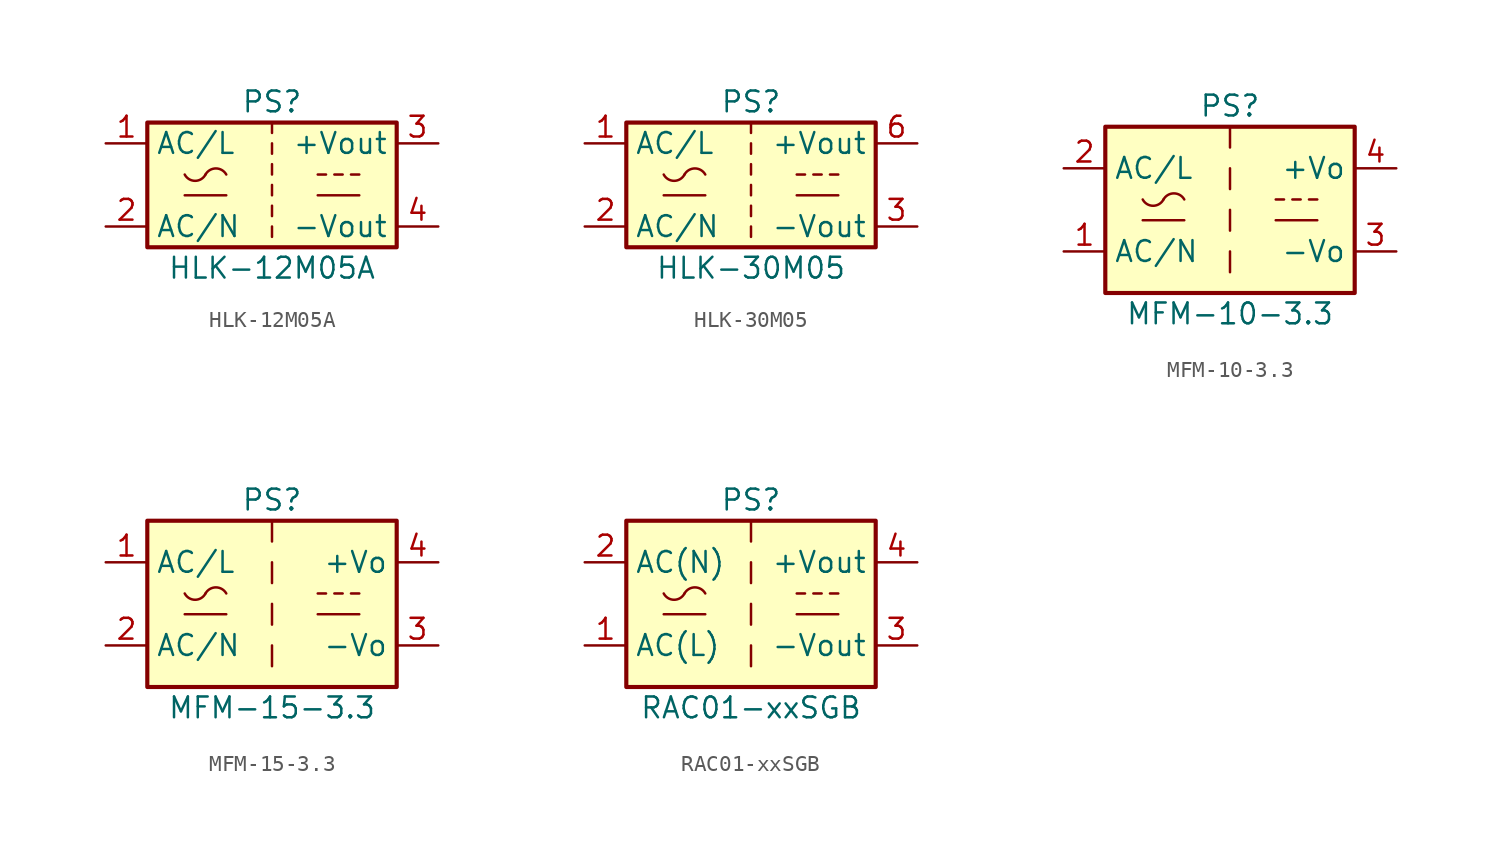
<source format=kicad_sym>
(kicad_symbol_lib
  (version 20241209)
  (generator "kicad_symbol_editor")
  (generator_version "9.0")
  (symbol "HLK-12M05A"
    (property "Reference" "PS"
      (at 0 5.08 0)
      (effects (font (size 1.27 1.27))))
    (property "Value" "HLK-12M05A"
      (at 0 -5.08 0)
      (effects (font (size 1.27 1.27))))
    (symbol "HLK-12M05A_0_1"
      (rectangle (start -7.62 3.81) (end 7.62 -3.81) (stroke (width 0.254) (type default)) (fill (type background)))
      (polyline (pts (xy -5.334 -0.635) (xy -2.794 -0.635)) (stroke (width 0) (type default)) (fill (type none)))
      (arc (start -4.064 0.635) (mid -4.699 0.2495) (end -5.334 0.635) (stroke (width 0) (type default)) (fill (type none)))
      (arc (start -4.064 0.635) (mid -3.429 1.0072) (end -2.794 0.635) (stroke (width 0) (type default)) (fill (type none)))
      (polyline (pts (xy 0 3.81) (xy 0 3.175)) (stroke (width 0) (type default)) (fill (type none)))
      (polyline (pts (xy 0 2.54) (xy 0 1.905)) (stroke (width 0) (type default)) (fill (type none)))
      (polyline (pts (xy 0 1.27) (xy 0 0.635)) (stroke (width 0) (type default)) (fill (type none)))
      (polyline (pts (xy 0 0) (xy 0 -0.635)) (stroke (width 0) (type default)) (fill (type none)))
      (polyline (pts (xy 0 -1.27) (xy 0 -1.905)) (stroke (width 0) (type default)) (fill (type none)))
      (polyline (pts (xy 0 -2.54) (xy 0 -3.175)) (stroke (width 0) (type default)) (fill (type none)))
      (polyline (pts (xy 2.794 0.635) (xy 3.302 0.635)) (stroke (width 0) (type default)) (fill (type none)))
      (polyline (pts (xy 2.794 -0.635) (xy 5.334 -0.635)) (stroke (width 0) (type default)) (fill (type none)))
      (polyline (pts (xy 3.81 0.635) (xy 4.318 0.635)) (stroke (width 0) (type default)) (fill (type none)))
      (polyline (pts (xy 4.826 0.635) (xy 5.334 0.635)) (stroke (width 0) (type default)) (fill (type none))))
    (symbol "HLK-12M05A_1_1"
      (pin power_in line (at -10.16 2.54 0) (length 2.54) (name "AC/L" (effects (font (size 1.27 1.27)))) (number "1" (effects (font (size 1.27 1.27)))))
      (pin power_in line (at -10.16 -2.54 0) (length 2.54) (name "AC/N" (effects (font (size 1.27 1.27)))) (number "2" (effects (font (size 1.27 1.27)))))
      (pin power_out line (at 10.16 2.54 180) (length 2.54) (name "+Vout" (effects (font (size 1.27 1.27)))) (number "3" (effects (font (size 1.27 1.27)))))
      (pin power_out line (at 10.16 -2.54 180) (length 2.54) (name "-Vout" (effects (font (size 1.27 1.27)))) (number "4" (effects (font (size 1.27 1.27)))))))
  (symbol "HLK-30M05"
    (property "Reference" "PS"
      (at 0 5.08 0)
      (effects (font (size 1.27 1.27))))
    (property "Value" "HLK-30M05"
      (at 0 -5.08 0)
      (effects (font (size 1.27 1.27))))
    (symbol "HLK-30M05_0_1"
      (rectangle (start -7.62 3.81) (end 7.62 -3.81) (stroke (width 0.254) (type default)) (fill (type background)))
      (polyline (pts (xy -5.334 -0.635) (xy -2.794 -0.635)) (stroke (width 0) (type default)) (fill (type none)))
      (arc (start -4.064 0.635) (mid -4.699 0.2495) (end -5.334 0.635) (stroke (width 0) (type default)) (fill (type none)))
      (arc (start -4.064 0.635) (mid -3.429 1.0072) (end -2.794 0.635) (stroke (width 0) (type default)) (fill (type none)))
      (polyline (pts (xy 0 3.81) (xy 0 3.175)) (stroke (width 0) (type default)) (fill (type none)))
      (polyline (pts (xy 0 2.54) (xy 0 1.905)) (stroke (width 0) (type default)) (fill (type none)))
      (polyline (pts (xy 0 1.27) (xy 0 0.635)) (stroke (width 0) (type default)) (fill (type none)))
      (polyline (pts (xy 0 0) (xy 0 -0.635)) (stroke (width 0) (type default)) (fill (type none)))
      (polyline (pts (xy 0 -1.27) (xy 0 -1.905)) (stroke (width 0) (type default)) (fill (type none)))
      (polyline (pts (xy 0 -2.54) (xy 0 -3.175)) (stroke (width 0) (type default)) (fill (type none)))
      (polyline (pts (xy 2.794 0.635) (xy 3.302 0.635)) (stroke (width 0) (type default)) (fill (type none)))
      (polyline (pts (xy 2.794 -0.635) (xy 5.334 -0.635)) (stroke (width 0) (type default)) (fill (type none)))
      (polyline (pts (xy 3.81 0.635) (xy 4.318 0.635)) (stroke (width 0) (type default)) (fill (type none)))
      (polyline (pts (xy 4.826 0.635) (xy 5.334 0.635)) (stroke (width 0) (type default)) (fill (type none))))
    (symbol "HLK-30M05_1_1"
      (pin power_in line (at -10.16 2.54 0) (length 2.54) (name "AC/L" (effects (font (size 1.27 1.27)))) (number "1" (effects (font (size 1.27 1.27)))))
      (pin power_in line (at -10.16 -2.54 0) (length 2.54) (name "AC/N" (effects (font (size 1.27 1.27)))) (number "2" (effects (font (size 1.27 1.27)))))
      (pin power_out line (at 10.16 2.54 180) (length 2.54) (name "+Vout" (effects (font (size 1.27 1.27)))) (number "6" (effects (font (size 1.27 1.27)))))
      (pin power_out line (at 10.16 -2.54 180) (length 2.54) (name "-Vout" (effects (font (size 1.27 1.27)))) (number "3" (effects (font (size 1.27 1.27)))))))
  (symbol "MFM-10-3.3"
    (property "Reference" "PS"
      (at 0 6.35 0)
      (effects (font (size 1.27 1.27))))
    (property "Value" "MFM-10-3.3"
      (at 0 -6.35 0)
      (effects (font (size 1.27 1.27))))
    (symbol "MFM-10-3.3_0_1"
      (rectangle (start -7.62 5.08) (end 7.62 -5.08) (stroke (width 0.254) (type default)) (fill (type background)))
      (polyline (pts (xy -5.334 -0.635) (xy -2.794 -0.635)) (stroke (width 0) (type default)) (fill (type none)))
      (arc (start -4.064 0.635) (mid -4.699 0.2495) (end -5.334 0.635) (stroke (width 0) (type default)) (fill (type none)))
      (arc (start -4.064 0.635) (mid -3.429 1.0072) (end -2.794 0.635) (stroke (width 0) (type default)) (fill (type none)))
      (polyline (pts (xy 0 5.08) (xy 0 3.81)) (stroke (width 0) (type default)) (fill (type none)))
      (polyline (pts (xy 0 2.54) (xy 0 1.27)) (stroke (width 0) (type default)) (fill (type none)))
      (polyline (pts (xy 0 0) (xy 0 -1.27)) (stroke (width 0) (type default)) (fill (type none)))
      (polyline (pts (xy 0 -2.54) (xy 0 -3.81)) (stroke (width 0) (type default)) (fill (type none)))
      (polyline (pts (xy 2.794 0.635) (xy 3.302 0.635)) (stroke (width 0) (type default)) (fill (type none)))
      (polyline (pts (xy 2.794 -0.635) (xy 5.334 -0.635)) (stroke (width 0) (type default)) (fill (type none)))
      (polyline (pts (xy 3.81 0.635) (xy 4.318 0.635)) (stroke (width 0) (type default)) (fill (type none)))
      (polyline (pts (xy 4.826 0.635) (xy 5.334 0.635)) (stroke (width 0) (type default)) (fill (type none))))
    (symbol "MFM-10-3.3_1_1"
      (pin power_in line (at -10.16 2.54 0) (length 2.54) (name "AC/L" (effects (font (size 1.27 1.27)))) (number "2" (effects (font (size 1.27 1.27)))))
      (pin power_in line (at -10.16 -2.54 0) (length 2.54) (name "AC/N" (effects (font (size 1.27 1.27)))) (number "1" (effects (font (size 1.27 1.27)))))
      (pin power_out line (at 10.16 2.54 180) (length 2.54) (name "+Vo" (effects (font (size 1.27 1.27)))) (number "4" (effects (font (size 1.27 1.27)))))
      (pin power_out line (at 10.16 -2.54 180) (length 2.54) (name "-Vo" (effects (font (size 1.27 1.27)))) (number "3" (effects (font (size 1.27 1.27)))))))
  (symbol "MFM-15-3.3"
    (property "Reference" "PS"
      (at 0 6.35 0)
      (effects (font (size 1.27 1.27))))
    (property "Value" "MFM-15-3.3"
      (at 0 -6.35 0)
      (effects (font (size 1.27 1.27))))
    (symbol "MFM-15-3.3_0_1"
      (rectangle (start -7.62 5.08) (end 7.62 -5.08) (stroke (width 0.254) (type default)) (fill (type background)))
      (polyline (pts (xy -5.334 -0.635) (xy -2.794 -0.635)) (stroke (width 0) (type default)) (fill (type none)))
      (arc (start -4.064 0.635) (mid -4.699 0.2495) (end -5.334 0.635) (stroke (width 0) (type default)) (fill (type none)))
      (arc (start -4.064 0.635) (mid -3.429 1.0072) (end -2.794 0.635) (stroke (width 0) (type default)) (fill (type none)))
      (polyline (pts (xy 0 5.08) (xy 0 3.81)) (stroke (width 0) (type default)) (fill (type none)))
      (polyline (pts (xy 0 2.54) (xy 0 1.27)) (stroke (width 0) (type default)) (fill (type none)))
      (polyline (pts (xy 0 0) (xy 0 -1.27)) (stroke (width 0) (type default)) (fill (type none)))
      (polyline (pts (xy 0 -2.54) (xy 0 -3.81)) (stroke (width 0) (type default)) (fill (type none)))
      (polyline (pts (xy 2.794 0.635) (xy 3.302 0.635)) (stroke (width 0) (type default)) (fill (type none)))
      (polyline (pts (xy 2.794 -0.635) (xy 5.334 -0.635)) (stroke (width 0) (type default)) (fill (type none)))
      (polyline (pts (xy 3.81 0.635) (xy 4.318 0.635)) (stroke (width 0) (type default)) (fill (type none)))
      (polyline (pts (xy 4.826 0.635) (xy 5.334 0.635)) (stroke (width 0) (type default)) (fill (type none))))
    (symbol "MFM-15-3.3_1_1"
      (pin power_in line (at -10.16 2.54 0) (length 2.54) (name "AC/L" (effects (font (size 1.27 1.27)))) (number "1" (effects (font (size 1.27 1.27)))))
      (pin power_in line (at -10.16 -2.54 0) (length 2.54) (name "AC/N" (effects (font (size 1.27 1.27)))) (number "2" (effects (font (size 1.27 1.27)))))
      (pin power_out line (at 10.16 2.54 180) (length 2.54) (name "+Vo" (effects (font (size 1.27 1.27)))) (number "4" (effects (font (size 1.27 1.27)))))
      (pin power_out line (at 10.16 -2.54 180) (length 2.54) (name "-Vo" (effects (font (size 1.27 1.27)))) (number "3" (effects (font (size 1.27 1.27)))))))
  (symbol "RAC01-xxSGB"
    (property "Reference" "PS"
      (at 0 6.35 0)
      (effects (font (size 1.27 1.27))))
    (property "Value" "RAC01-xxSGB"
      (at 0 -6.35 0)
      (effects (font (size 1.27 1.27))))
    (symbol "RAC01-xxSGB_1_1"
      (rectangle (start -7.62 5.08) (end 7.62 -5.08) (stroke (width 0.254) (type default)) (fill (type background)))
      (polyline (pts (xy -5.334 -0.635) (xy -2.794 -0.635)) (stroke (width 0) (type default)) (fill (type none)))
      (arc (start -4.064 0.635) (mid -4.699 0.2495) (end -5.334 0.635) (stroke (width 0) (type default)) (fill (type none)))
      (arc (start -4.064 0.635) (mid -3.429 1.0072) (end -2.794 0.635) (stroke (width 0) (type default)) (fill (type none)))
      (polyline (pts (xy 0 5.08) (xy 0 3.81)) (stroke (width 0) (type default)) (fill (type none)))
      (polyline (pts (xy 0 2.54) (xy 0 1.27)) (stroke (width 0) (type default)) (fill (type none)))
      (polyline (pts (xy 0 0) (xy 0 -1.27)) (stroke (width 0) (type default)) (fill (type none)))
      (polyline (pts (xy 0 -2.54) (xy 0 -3.81)) (stroke (width 0) (type default)) (fill (type none)))
      (polyline (pts (xy 2.794 0.635) (xy 3.302 0.635)) (stroke (width 0) (type default)) (fill (type none)))
      (polyline (pts (xy 2.794 -0.635) (xy 5.334 -0.635)) (stroke (width 0) (type default)) (fill (type none)))
      (polyline (pts (xy 3.81 0.635) (xy 4.318 0.635)) (stroke (width 0) (type default)) (fill (type none)))
      (polyline (pts (xy 4.826 0.635) (xy 5.334 0.635)) (stroke (width 0) (type default)) (fill (type none)))
      (pin power_in line (at -10.16 2.54 0) (length 2.54) (name "AC(N)" (effects (font (size 1.27 1.27)))) (number "2" (effects (font (size 1.27 1.27)))))
      (pin power_in line (at -10.16 -2.54 0) (length 2.54) (name "AC(L)" (effects (font (size 1.27 1.27)))) (number "1" (effects (font (size 1.27 1.27)))))
      (pin power_out line (at 10.16 2.54 180) (length 2.54) (name "+Vout" (effects (font (size 1.27 1.27)))) (number "4" (effects (font (size 1.27 1.27)))))
      (pin power_out line (at 10.16 -2.54 180) (length 2.54) (name "-Vout" (effects (font (size 1.27 1.27)))) (number "3" (effects (font (size 1.27 1.27))))))))
</source>
